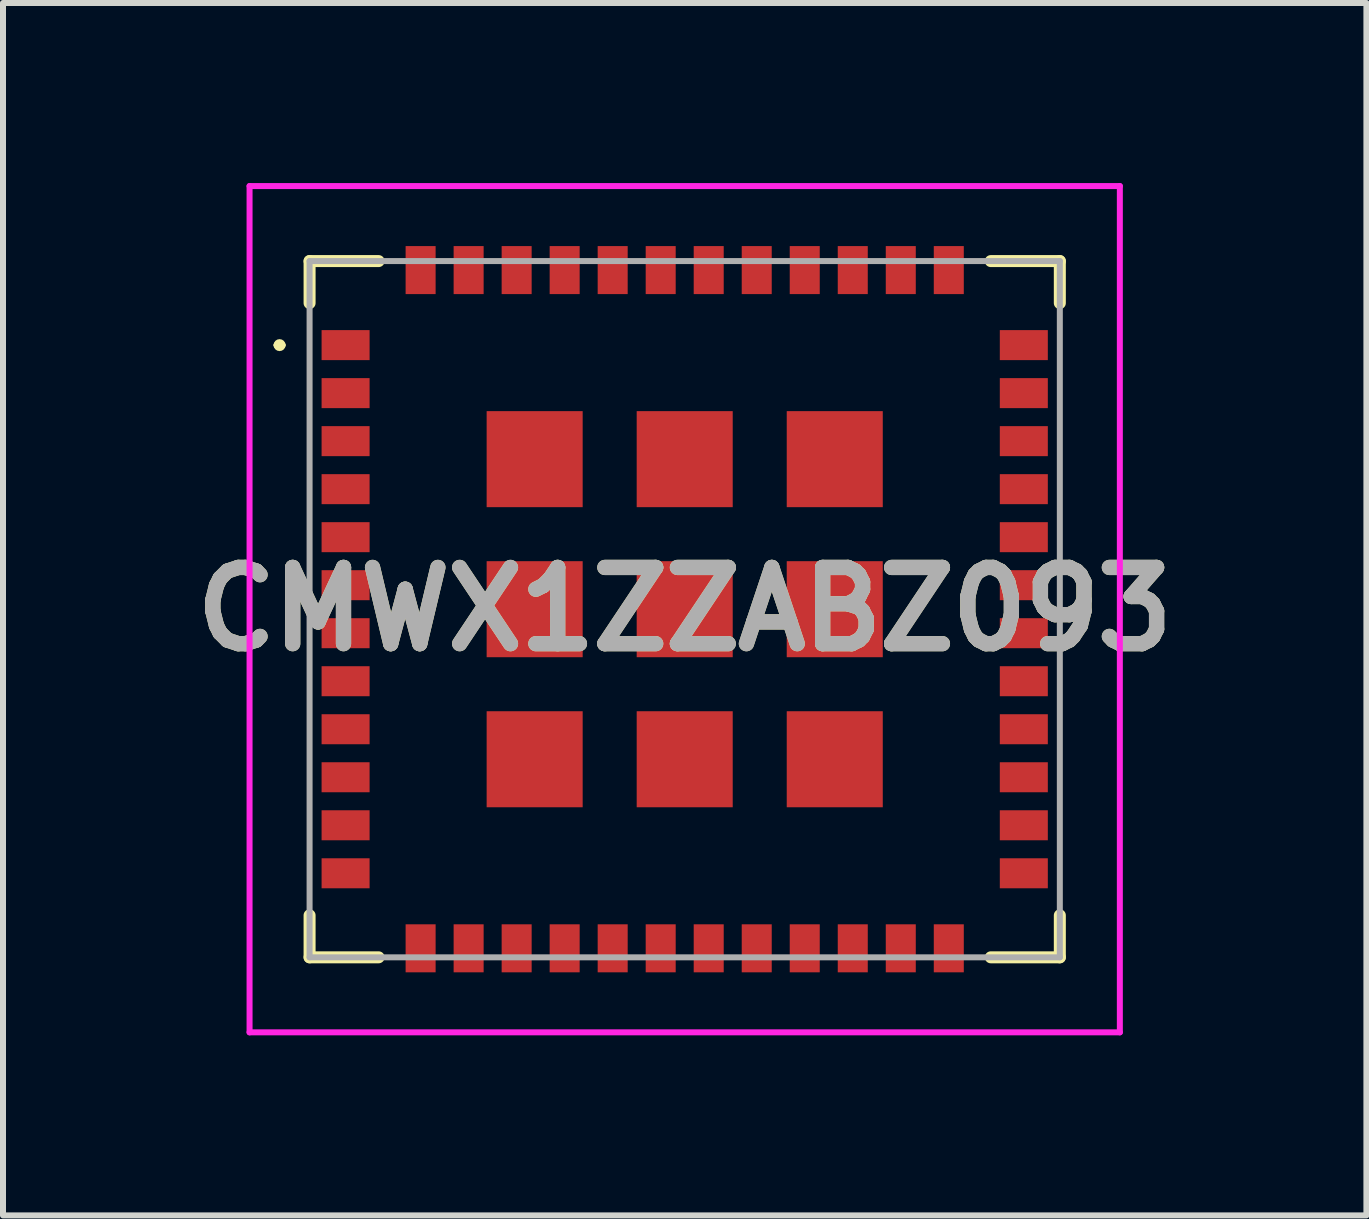
<source format=kicad_pcb>
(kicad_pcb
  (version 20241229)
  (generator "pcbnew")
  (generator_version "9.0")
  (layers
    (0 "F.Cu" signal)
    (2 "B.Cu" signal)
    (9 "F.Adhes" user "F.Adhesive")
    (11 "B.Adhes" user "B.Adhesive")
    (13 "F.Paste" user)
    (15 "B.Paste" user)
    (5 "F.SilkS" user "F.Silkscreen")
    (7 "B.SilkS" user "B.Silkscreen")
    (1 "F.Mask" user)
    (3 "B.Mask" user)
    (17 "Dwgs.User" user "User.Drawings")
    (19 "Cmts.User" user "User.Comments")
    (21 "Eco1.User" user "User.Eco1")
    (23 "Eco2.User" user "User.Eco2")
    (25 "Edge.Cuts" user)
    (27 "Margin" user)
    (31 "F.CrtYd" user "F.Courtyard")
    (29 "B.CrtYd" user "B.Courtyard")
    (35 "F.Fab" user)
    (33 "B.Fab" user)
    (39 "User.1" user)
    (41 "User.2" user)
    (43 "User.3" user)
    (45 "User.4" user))
  (footprint "CMWX1ZZABZ093"
    (layer "F.Cu")
    (at 8.358 7.1)
    (property "Reference" "CMWX1ZZABZ093" (at 0 0 0) (layer "F.SilkS") (effects (font (size 1.27 1.27) (thickness 0.254))))
    (attr smd)
    (fp_line (start -6.8 -4.4) (end -6.8 -4.4) (stroke (width 0.1) (type solid)) (layer "F.SilkS"))
    (fp_line (start -6.7 -4.4) (end -6.7 -4.4) (stroke (width 0.1) (type solid)) (layer "F.SilkS"))
    (fp_line (start -6.25 -5.8) (end -6.25 -5.1) (stroke (width 0.2) (type solid)) (layer "F.SilkS"))
    (fp_line (start -6.25 5.8) (end -6.25 5.1) (stroke (width 0.2) (type solid)) (layer "F.SilkS"))
    (fp_line (start -5.1 -5.8) (end -6.25 -5.8) (stroke (width 0.2) (type solid)) (layer "F.SilkS"))
    (fp_line (start -5.1 5.8) (end -6.25 5.8) (stroke (width 0.2) (type solid)) (layer "F.SilkS"))
    (fp_line (start 5.1 -5.8) (end 6.25 -5.8) (stroke (width 0.2) (type solid)) (layer "F.SilkS"))
    (fp_line (start 5.1 5.8) (end 6.25 5.8) (stroke (width 0.2) (type solid)) (layer "F.SilkS"))
    (fp_line (start 6.25 -5.8) (end 6.25 -5.1) (stroke (width 0.2) (type solid)) (layer "F.SilkS"))
    (fp_line (start 6.25 5.8) (end 6.25 5.1) (stroke (width 0.2) (type solid)) (layer "F.SilkS"))
    (fp_arc (start -6.8 -4.4) (mid -6.75 -4.45) (end -6.7 -4.4) (stroke (width 0.1) (type solid)) (layer "F.SilkS"))
    (fp_arc (start -6.7 -4.4) (mid -6.75 -4.35) (end -6.8 -4.4) (stroke (width 0.1) (type solid)) (layer "F.SilkS"))
    (fp_line (start -7.25 -7.05) (end 7.25 -7.05) (stroke (width 0.1) (type solid)) (layer "F.CrtYd"))
    (fp_line (start -7.25 7.05) (end -7.25 -7.05) (stroke (width 0.1) (type solid)) (layer "F.CrtYd"))
    (fp_line (start 7.25 -7.05) (end 7.25 7.05) (stroke (width 0.1) (type solid)) (layer "F.CrtYd"))
    (fp_line (start 7.25 7.05) (end -7.25 7.05) (stroke (width 0.1) (type solid)) (layer "F.CrtYd"))
    (fp_line (start -6.25 -5.8) (end 6.25 -5.8) (stroke (width 0.1) (type solid)) (layer "F.Fab"))
    (fp_line (start -6.25 5.8) (end -6.25 -5.8) (stroke (width 0.1) (type solid)) (layer "F.Fab"))
    (fp_line (start 6.25 -5.8) (end 6.25 5.8) (stroke (width 0.1) (type solid)) (layer "F.Fab"))
    (fp_line (start 6.25 5.8) (end -6.25 5.8) (stroke (width 0.1) (type solid)) (layer "F.Fab"))
    (fp_text user "${REFERENCE}" (at 0 0 0) (layer "F.Fab") (effects (font (size 1.27 1.27) (thickness 0.254))))
    (pad "1" smd rect (at -5.65 -4.4 90) (size 0.5 0.8) (layers "F.Cu" "F.Mask" "F.Paste"))
    (pad "2" smd rect (at -5.65 -3.6 90) (size 0.5 0.8) (layers "F.Cu" "F.Mask" "F.Paste"))
    (pad "3" smd rect (at -5.65 -2.8 90) (size 0.5 0.8) (layers "F.Cu" "F.Mask" "F.Paste"))
    (pad "4" smd rect (at -5.65 -2 90) (size 0.5 0.8) (layers "F.Cu" "F.Mask" "F.Paste"))
    (pad "5" smd rect (at -5.65 -1.2 90) (size 0.5 0.8) (layers "F.Cu" "F.Mask" "F.Paste"))
    (pad "6" smd rect (at -5.65 -0.4 90) (size 0.5 0.8) (layers "F.Cu" "F.Mask" "F.Paste"))
    (pad "7" smd rect (at -5.65 0.4 90) (size 0.5 0.8) (layers "F.Cu" "F.Mask" "F.Paste"))
    (pad "8" smd rect (at -5.65 1.2 90) (size 0.5 0.8) (layers "F.Cu" "F.Mask" "F.Paste"))
    (pad "9" smd rect (at -5.65 2 90) (size 0.5 0.8) (layers "F.Cu" "F.Mask" "F.Paste"))
    (pad "10" smd rect (at -5.65 2.8 90) (size 0.5 0.8) (layers "F.Cu" "F.Mask" "F.Paste"))
    (pad "11" smd rect (at -5.65 3.6 90) (size 0.5 0.8) (layers "F.Cu" "F.Mask" "F.Paste"))
    (pad "12" smd rect (at -5.65 4.4 90) (size 0.5 0.8) (layers "F.Cu" "F.Mask" "F.Paste"))
    (pad "13" smd rect (at -4.4 5.65) (size 0.5 0.8) (layers "F.Cu" "F.Mask" "F.Paste"))
    (pad "14" smd rect (at -3.6 5.65) (size 0.5 0.8) (layers "F.Cu" "F.Mask" "F.Paste"))
    (pad "15" smd rect (at -2.8 5.65) (size 0.5 0.8) (layers "F.Cu" "F.Mask" "F.Paste"))
    (pad "16" smd rect (at -2 5.65) (size 0.5 0.8) (layers "F.Cu" "F.Mask" "F.Paste"))
    (pad "17" smd rect (at -1.2 5.65) (size 0.5 0.8) (layers "F.Cu" "F.Mask" "F.Paste"))
    (pad "18" smd rect (at -0.4 5.65) (size 0.5 0.8) (layers "F.Cu" "F.Mask" "F.Paste"))
    (pad "19" smd rect (at 0.4 5.65) (size 0.5 0.8) (layers "F.Cu" "F.Mask" "F.Paste"))
    (pad "20" smd rect (at 1.2 5.65) (size 0.5 0.8) (layers "F.Cu" "F.Mask" "F.Paste"))
    (pad "21" smd rect (at 2 5.65) (size 0.5 0.8) (layers "F.Cu" "F.Mask" "F.Paste"))
    (pad "22" smd rect (at 2.8 5.65) (size 0.5 0.8) (layers "F.Cu" "F.Mask" "F.Paste"))
    (pad "23" smd rect (at 3.6 5.65) (size 0.5 0.8) (layers "F.Cu" "F.Mask" "F.Paste"))
    (pad "24" smd rect (at 4.4 5.65) (size 0.5 0.8) (layers "F.Cu" "F.Mask" "F.Paste"))
    (pad "25" smd rect (at 5.65 4.4 90) (size 0.5 0.8) (layers "F.Cu" "F.Mask" "F.Paste"))
    (pad "26" smd rect (at 5.65 3.6 90) (size 0.5 0.8) (layers "F.Cu" "F.Mask" "F.Paste"))
    (pad "27" smd rect (at 5.65 2.8 90) (size 0.5 0.8) (layers "F.Cu" "F.Mask" "F.Paste"))
    (pad "28" smd rect (at 5.65 2 90) (size 0.5 0.8) (layers "F.Cu" "F.Mask" "F.Paste"))
    (pad "29" smd rect (at 5.65 1.2 90) (size 0.5 0.8) (layers "F.Cu" "F.Mask" "F.Paste"))
    (pad "30" smd rect (at 5.65 0.4 90) (size 0.5 0.8) (layers "F.Cu" "F.Mask" "F.Paste"))
    (pad "31" smd rect (at 5.65 -0.4 90) (size 0.5 0.8) (layers "F.Cu" "F.Mask" "F.Paste"))
    (pad "32" smd rect (at 5.65 -1.2 90) (size 0.5 0.8) (layers "F.Cu" "F.Mask" "F.Paste"))
    (pad "33" smd rect (at 5.65 -2 90) (size 0.5 0.8) (layers "F.Cu" "F.Mask" "F.Paste"))
    (pad "34" smd rect (at 5.65 -2.8 90) (size 0.5 0.8) (layers "F.Cu" "F.Mask" "F.Paste"))
    (pad "35" smd rect (at 5.65 -3.6 90) (size 0.5 0.8) (layers "F.Cu" "F.Mask" "F.Paste"))
    (pad "36" smd rect (at 5.65 -4.4 90) (size 0.5 0.8) (layers "F.Cu" "F.Mask" "F.Paste"))
    (pad "37" smd rect (at 4.4 -5.65) (size 0.5 0.8) (layers "F.Cu" "F.Mask" "F.Paste"))
    (pad "38" smd rect (at 3.6 -5.65) (size 0.5 0.8) (layers "F.Cu" "F.Mask" "F.Paste"))
    (pad "39" smd rect (at 2.8 -5.65) (size 0.5 0.8) (layers "F.Cu" "F.Mask" "F.Paste"))
    (pad "40" smd rect (at 2 -5.65) (size 0.5 0.8) (layers "F.Cu" "F.Mask" "F.Paste"))
    (pad "41" smd rect (at 1.2 -5.65) (size 0.5 0.8) (layers "F.Cu" "F.Mask" "F.Paste"))
    (pad "42" smd rect (at 0.4 -5.65) (size 0.5 0.8) (layers "F.Cu" "F.Mask" "F.Paste"))
    (pad "43" smd rect (at -0.4 -5.65) (size 0.5 0.8) (layers "F.Cu" "F.Mask" "F.Paste"))
    (pad "44" smd rect (at -1.2 -5.65) (size 0.5 0.8) (layers "F.Cu" "F.Mask" "F.Paste"))
    (pad "45" smd rect (at -2 -5.65) (size 0.5 0.8) (layers "F.Cu" "F.Mask" "F.Paste"))
    (pad "46" smd rect (at -2.8 -5.65) (size 0.5 0.8) (layers "F.Cu" "F.Mask" "F.Paste"))
    (pad "47" smd rect (at -3.6 -5.65) (size 0.5 0.8) (layers "F.Cu" "F.Mask" "F.Paste"))
    (pad "48" smd rect (at -4.4 -5.65) (size 0.5 0.8) (layers "F.Cu" "F.Mask" "F.Paste"))
    (pad "49" smd rect (at -2.5 -2.5 90) (size 1.6 1.6) (layers "F.Cu" "F.Mask" "F.Paste"))
    (pad "50" smd rect (at -2.5 0 90) (size 1.6 1.6) (layers "F.Cu" "F.Mask" "F.Paste"))
    (pad "51" smd rect (at -2.5 2.5 90) (size 1.6 1.6) (layers "F.Cu" "F.Mask" "F.Paste"))
    (pad "52" smd rect (at 0 2.5 90) (size 1.6 1.6) (layers "F.Cu" "F.Mask" "F.Paste"))
    (pad "53" smd rect (at 2.5 2.5 90) (size 1.6 1.6) (layers "F.Cu" "F.Mask" "F.Paste"))
    (pad "54" smd rect (at 2.5 0 90) (size 1.6 1.6) (layers "F.Cu" "F.Mask" "F.Paste"))
    (pad "55" smd rect (at 2.5 -2.5 90) (size 1.6 1.6) (layers "F.Cu" "F.Mask" "F.Paste"))
    (pad "56" smd rect (at 0 -2.5 90) (size 1.6 1.6) (layers "F.Cu" "F.Mask" "F.Paste"))
    (pad "57" smd rect (at 0 0 90) (size 1.6 1.6) (layers "F.Cu" "F.Mask" "F.Paste")))
  (gr_rect
    (start -3 -3)
    (end 19.716 17.2)
    (stroke (width 0.1) (type default))
    (fill no)
    (layer "Edge.Cuts")))
</source>
